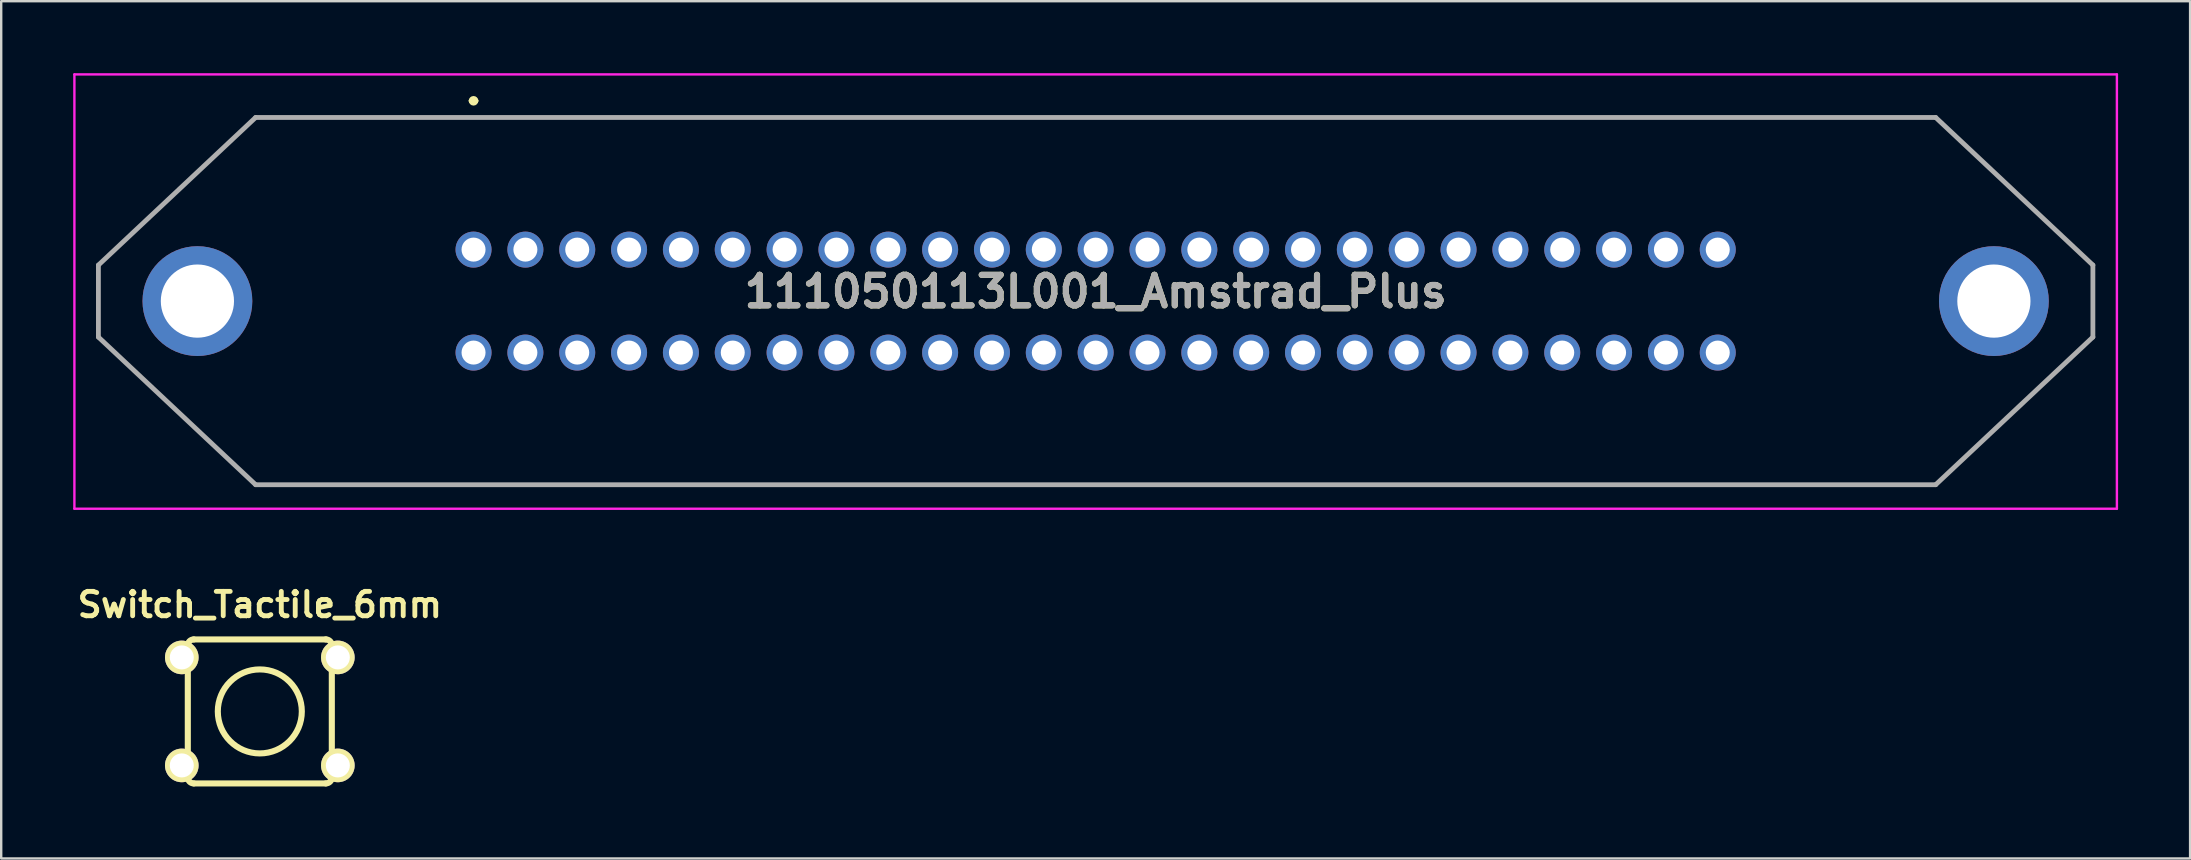
<source format=kicad_pcb>
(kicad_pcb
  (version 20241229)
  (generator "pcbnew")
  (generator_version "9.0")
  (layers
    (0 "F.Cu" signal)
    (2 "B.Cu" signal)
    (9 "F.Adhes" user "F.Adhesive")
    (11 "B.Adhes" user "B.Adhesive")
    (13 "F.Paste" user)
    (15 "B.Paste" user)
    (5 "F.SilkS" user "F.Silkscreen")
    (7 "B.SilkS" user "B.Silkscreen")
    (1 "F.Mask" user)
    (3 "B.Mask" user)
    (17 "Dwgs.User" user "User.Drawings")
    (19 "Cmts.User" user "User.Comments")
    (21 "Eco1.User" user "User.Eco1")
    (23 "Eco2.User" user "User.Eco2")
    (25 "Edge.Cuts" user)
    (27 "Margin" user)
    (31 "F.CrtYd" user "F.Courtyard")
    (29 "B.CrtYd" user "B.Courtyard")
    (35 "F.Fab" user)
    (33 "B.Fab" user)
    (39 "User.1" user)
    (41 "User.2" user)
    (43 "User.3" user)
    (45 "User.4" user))
  (footprint "Switch_Tactile_6mm"
    (layer "F.Cu")
    (at 7.775 26.591)
    (property "Reference" "Switch_Tactile_6mm" (at 0 -4.445 0) (layer "F.SilkS") (effects (font (size 1.016 1.016) (thickness 0.203))))
    (attr through_hole)
    (fp_line (start -3 2.751) (end -3 -2.751) (stroke (width 0.254) (type solid)) (layer "F.SilkS"))
    (fp_line (start -2.751 -3) (end 2.751 -3) (stroke (width 0.254) (type solid)) (layer "F.SilkS"))
    (fp_line (start 2.751 3) (end -2.751 3) (stroke (width 0.254) (type solid)) (layer "F.SilkS"))
    (fp_line (start 3 -2.751) (end 3 2.751) (stroke (width 0.254) (type solid)) (layer "F.SilkS"))
    (fp_arc (start -2.99974 -2.75082) (mid -2.926833 -2.926833) (end -2.75082 -2.99974) (stroke (width 0.254) (type solid)) (layer "F.SilkS"))
    (fp_arc (start -2.75082 2.99974) (mid -2.926833 2.926833) (end -2.99974 2.75082) (stroke (width 0.254) (type solid)) (layer "F.SilkS"))
    (fp_arc (start 2.75082 -2.99974) (mid 2.926833 -2.926833) (end 2.99974 -2.75082) (stroke (width 0.254) (type solid)) (layer "F.SilkS"))
    (fp_arc (start 2.99974 2.75082) (mid 2.926833 2.926833) (end 2.75082 2.99974) (stroke (width 0.254) (type solid)) (layer "F.SilkS"))
    (fp_circle (center 0 0) (end 0 -1.75) (stroke (width 0.254) (type solid)) (fill no) (layer "F.SilkS"))
    (pad "1" thru_hole circle (at -3.251 -2.25) (size 1.4 1.4) (drill 1.001) (layers "*.Cu" "*.Mask" "F.SilkS"))
    (pad "1" thru_hole circle (at 3.251 -2.25) (size 1.4 1.4) (drill 1.001) (layers "*.Cu" "*.Mask" "F.SilkS"))
    (pad "2" thru_hole circle (at -3.251 2.25) (size 1.4 1.4) (drill 1.001) (layers "*.Cu" "*.Mask" "F.SilkS"))
    (pad "2" thru_hole circle (at 3.251 2.25) (size 1.4 1.4) (drill 1.001) (layers "*.Cu" "*.Mask" "F.SilkS")))
  (footprint "111050113L001_Amstrad_Plus"
    (layer "F.Cu")
    (at 16.68 7.35)
    (property "Reference" "111050113L001_Amstrad_Plus" (at 25.92 1.747 0) (layer "F.SilkS") (effects (font (size 1.27 1.27) (thickness 0.254))))
    (attr through_hole)
    (fp_line (start -15.63 0.645) (end -15.63 3.645) (stroke (width 0.1) (type solid)) (layer "F.SilkS"))
    (fp_line (start -15.63 3.645) (end -9.08 9.795) (stroke (width 0.1) (type solid)) (layer "F.SilkS"))
    (fp_line (start -9.08 -5.505) (end -15.63 0.645) (stroke (width 0.1) (type solid)) (layer "F.SilkS"))
    (fp_line (start -9.08 9.795) (end 60.92 9.795) (stroke (width 0.1) (type solid)) (layer "F.SilkS"))
    (fp_line (start -0.1 -6.2) (end -0.1 -6.2) (stroke (width 0.2) (type solid)) (layer "F.SilkS"))
    (fp_line (start 0.1 -6.2) (end 0.1 -6.2) (stroke (width 0.2) (type solid)) (layer "F.SilkS"))
    (fp_line (start 60.92 -5.505) (end -9.08 -5.505) (stroke (width 0.1) (type solid)) (layer "F.SilkS"))
    (fp_line (start 60.92 9.795) (end 67.47 3.645) (stroke (width 0.1) (type solid)) (layer "F.SilkS"))
    (fp_line (start 67.47 0.645) (end 60.92 -5.505) (stroke (width 0.1) (type solid)) (layer "F.SilkS"))
    (fp_line (start 67.47 3.645) (end 67.47 0.645) (stroke (width 0.1) (type solid)) (layer "F.SilkS"))
    (fp_arc (start -0.1 -6.2) (mid 0 -6.3) (end 0.1 -6.2) (stroke (width 0.2) (type solid)) (layer "F.SilkS"))
    (fp_arc (start 0.1 -6.2) (mid 0 -6.1) (end -0.1 -6.2) (stroke (width 0.2) (type solid)) (layer "F.SilkS"))
    (fp_line (start -16.63 -7.3) (end 68.47 -7.3) (stroke (width 0.1) (type solid)) (layer "F.CrtYd"))
    (fp_line (start -16.63 10.795) (end -16.63 -7.3) (stroke (width 0.1) (type solid)) (layer "F.CrtYd"))
    (fp_line (start 68.47 -7.3) (end 68.47 10.795) (stroke (width 0.1) (type solid)) (layer "F.CrtYd"))
    (fp_line (start 68.47 10.795) (end -16.63 10.795) (stroke (width 0.1) (type solid)) (layer "F.CrtYd"))
    (fp_line (start -15.63 0.645) (end -15.63 3.645) (stroke (width 0.2) (type solid)) (layer "F.Fab"))
    (fp_line (start -15.63 3.645) (end -9.08 9.795) (stroke (width 0.2) (type solid)) (layer "F.Fab"))
    (fp_line (start -9.08 -5.505) (end -15.63 0.645) (stroke (width 0.2) (type solid)) (layer "F.Fab"))
    (fp_line (start -9.08 9.795) (end 60.92 9.795) (stroke (width 0.2) (type solid)) (layer "F.Fab"))
    (fp_line (start 60.92 -5.505) (end -9.08 -5.505) (stroke (width 0.2) (type solid)) (layer "F.Fab"))
    (fp_line (start 60.92 9.795) (end 67.47 3.645) (stroke (width 0.2) (type solid)) (layer "F.Fab"))
    (fp_line (start 67.47 0.645) (end 60.92 -5.505) (stroke (width 0.2) (type solid)) (layer "F.Fab"))
    (fp_line (start 67.47 3.645) (end 67.47 0.645) (stroke (width 0.2) (type solid)) (layer "F.Fab"))
    (fp_text user "${REFERENCE}" (at 25.92 1.747 0) (layer "F.Fab") (effects (font (size 1.27 1.27) (thickness 0.254))))
    (pad "1" thru_hole circle (at 0 0) (size 1.5 1.5) (drill 1) (layers "*.Cu" "*.Mask"))
    (pad "2" thru_hole circle (at 0 4.29) (size 1.5 1.5) (drill 1) (layers "*.Cu" "*.Mask"))
    (pad "3" thru_hole circle (at 2.16 0) (size 1.5 1.5) (drill 1) (layers "*.Cu" "*.Mask"))
    (pad "4" thru_hole circle (at 2.16 4.29) (size 1.5 1.5) (drill 1) (layers "*.Cu" "*.Mask"))
    (pad "5" thru_hole circle (at 4.32 0) (size 1.5 1.5) (drill 1) (layers "*.Cu" "*.Mask"))
    (pad "6" thru_hole circle (at 4.32 4.29) (size 1.5 1.5) (drill 1) (layers "*.Cu" "*.Mask"))
    (pad "7" thru_hole circle (at 6.48 0) (size 1.5 1.5) (drill 1) (layers "*.Cu" "*.Mask"))
    (pad "8" thru_hole circle (at 6.48 4.29) (size 1.5 1.5) (drill 1) (layers "*.Cu" "*.Mask"))
    (pad "9" thru_hole circle (at 8.64 0) (size 1.5 1.5) (drill 1) (layers "*.Cu" "*.Mask"))
    (pad "10" thru_hole circle (at 8.64 4.29) (size 1.5 1.5) (drill 1) (layers "*.Cu" "*.Mask"))
    (pad "11" thru_hole circle (at 10.8 0) (size 1.5 1.5) (drill 1) (layers "*.Cu" "*.Mask"))
    (pad "12" thru_hole circle (at 10.8 4.29) (size 1.5 1.5) (drill 1) (layers "*.Cu" "*.Mask"))
    (pad "13" thru_hole circle (at 12.96 0) (size 1.5 1.5) (drill 1) (layers "*.Cu" "*.Mask"))
    (pad "14" thru_hole circle (at 12.96 4.29) (size 1.5 1.5) (drill 1) (layers "*.Cu" "*.Mask"))
    (pad "15" thru_hole circle (at 15.12 0) (size 1.5 1.5) (drill 1) (layers "*.Cu" "*.Mask"))
    (pad "16" thru_hole circle (at 15.12 4.29) (size 1.5 1.5) (drill 1) (layers "*.Cu" "*.Mask"))
    (pad "17" thru_hole circle (at 17.28 0) (size 1.5 1.5) (drill 1) (layers "*.Cu" "*.Mask"))
    (pad "18" thru_hole circle (at 17.28 4.29) (size 1.5 1.5) (drill 1) (layers "*.Cu" "*.Mask"))
    (pad "19" thru_hole circle (at 19.44 0) (size 1.5 1.5) (drill 1) (layers "*.Cu" "*.Mask"))
    (pad "20" thru_hole circle (at 19.44 4.29) (size 1.5 1.5) (drill 1) (layers "*.Cu" "*.Mask"))
    (pad "21" thru_hole circle (at 21.6 0) (size 1.5 1.5) (drill 1) (layers "*.Cu" "*.Mask"))
    (pad "22" thru_hole circle (at 21.6 4.29) (size 1.5 1.5) (drill 1) (layers "*.Cu" "*.Mask"))
    (pad "23" thru_hole circle (at 23.76 0) (size 1.5 1.5) (drill 1) (layers "*.Cu" "*.Mask"))
    (pad "24" thru_hole circle (at 23.76 4.29) (size 1.5 1.5) (drill 1) (layers "*.Cu" "*.Mask"))
    (pad "25" thru_hole circle (at 25.92 0) (size 1.5 1.5) (drill 1) (layers "*.Cu" "*.Mask"))
    (pad "26" thru_hole circle (at 25.92 4.29) (size 1.5 1.5) (drill 1) (layers "*.Cu" "*.Mask"))
    (pad "27" thru_hole circle (at 28.08 0) (size 1.5 1.5) (drill 1) (layers "*.Cu" "*.Mask"))
    (pad "28" thru_hole circle (at 28.08 4.29) (size 1.5 1.5) (drill 1) (layers "*.Cu" "*.Mask"))
    (pad "29" thru_hole circle (at 30.24 0) (size 1.5 1.5) (drill 1) (layers "*.Cu" "*.Mask"))
    (pad "30" thru_hole circle (at 30.24 4.29) (size 1.5 1.5) (drill 1) (layers "*.Cu" "*.Mask"))
    (pad "31" thru_hole circle (at 32.4 0) (size 1.5 1.5) (drill 1) (layers "*.Cu" "*.Mask"))
    (pad "32" thru_hole circle (at 32.4 4.29) (size 1.5 1.5) (drill 1) (layers "*.Cu" "*.Mask"))
    (pad "33" thru_hole circle (at 34.56 0) (size 1.5 1.5) (drill 1) (layers "*.Cu" "*.Mask"))
    (pad "34" thru_hole circle (at 34.56 4.29) (size 1.5 1.5) (drill 1) (layers "*.Cu" "*.Mask"))
    (pad "35" thru_hole circle (at 36.72 0) (size 1.5 1.5) (drill 1) (layers "*.Cu" "*.Mask"))
    (pad "36" thru_hole circle (at 36.72 4.29) (size 1.5 1.5) (drill 1) (layers "*.Cu" "*.Mask"))
    (pad "37" thru_hole circle (at 38.88 0) (size 1.5 1.5) (drill 1) (layers "*.Cu" "*.Mask"))
    (pad "38" thru_hole circle (at 38.88 4.29) (size 1.5 1.5) (drill 1) (layers "*.Cu" "*.Mask"))
    (pad "39" thru_hole circle (at 41.04 0) (size 1.5 1.5) (drill 1) (layers "*.Cu" "*.Mask"))
    (pad "40" thru_hole circle (at 41.04 4.29) (size 1.5 1.5) (drill 1) (layers "*.Cu" "*.Mask"))
    (pad "41" thru_hole circle (at 43.2 0) (size 1.5 1.5) (drill 1) (layers "*.Cu" "*.Mask"))
    (pad "42" thru_hole circle (at 43.2 4.29) (size 1.5 1.5) (drill 1) (layers "*.Cu" "*.Mask"))
    (pad "43" thru_hole circle (at 45.36 0) (size 1.5 1.5) (drill 1) (layers "*.Cu" "*.Mask"))
    (pad "44" thru_hole circle (at 45.36 4.29) (size 1.5 1.5) (drill 1) (layers "*.Cu" "*.Mask"))
    (pad "45" thru_hole circle (at 47.52 0) (size 1.5 1.5) (drill 1) (layers "*.Cu" "*.Mask"))
    (pad "46" thru_hole circle (at 47.52 4.29) (size 1.5 1.5) (drill 1) (layers "*.Cu" "*.Mask"))
    (pad "47" thru_hole circle (at 49.68 0) (size 1.5 1.5) (drill 1) (layers "*.Cu" "*.Mask"))
    (pad "48" thru_hole circle (at 49.68 4.29) (size 1.5 1.5) (drill 1) (layers "*.Cu" "*.Mask"))
    (pad "49" thru_hole circle (at 51.84 0) (size 1.5 1.5) (drill 1) (layers "*.Cu" "*.Mask"))
    (pad "50" thru_hole circle (at 51.84 4.29) (size 1.5 1.5) (drill 1) (layers "*.Cu" "*.Mask"))
    (pad "MH1" thru_hole circle (at -11.505 2.145) (size 4.575 4.575) (drill 3.05) (layers "*.Cu" "*.Mask"))
    (pad "MH2" thru_hole circle (at 63.345 2.145) (size 4.575 4.575) (drill 3.05) (layers "*.Cu" "*.Mask")))
  (gr_rect
    (start -3 -3)
    (end 88.2 32.718)
    (stroke (width 0.1) (type default))
    (fill no)
    (layer "Edge.Cuts")))
</source>
